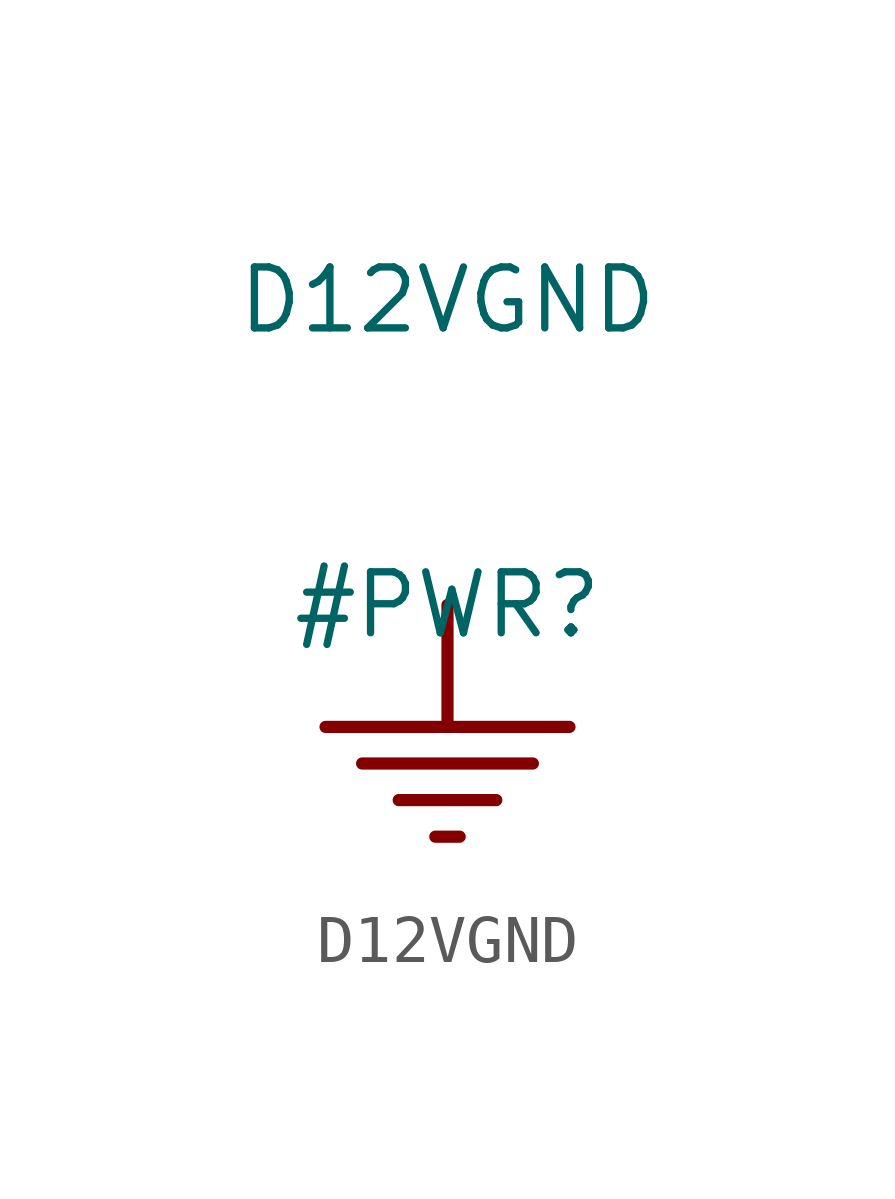
<source format=kicad_sym>
(kicad_symbol_lib
  (version 20220914)
  (generator kicad_symbol_editor)
  (symbol "D12VGND"
    (power)
    (property "Reference" "#PWR"
      (at 0 0 0)
      (effects (font (size 1.27 1.27))))
    (property "Value" "D12VGND"
      (at 0 6.35 0)
      (effects (font (size 1.27 1.27))))
    (symbol "D12VGND_0_0"
      (polyline (pts (xy -2.54 -2.54) (xy 2.54 -2.54)) (stroke (width 0.254) (type solid)) (fill (type none)))
      (polyline (pts (xy -1.778 -3.302) (xy 1.778 -3.302)) (stroke (width 0.254) (type solid)) (fill (type none)))
      (polyline (pts (xy -1.016 -4.064) (xy 1.016 -4.064)) (stroke (width 0.254) (type solid)) (fill (type none)))
      (polyline (pts (xy -0.254 -4.826) (xy 0.254 -4.826)) (stroke (width 0.254) (type solid)) (fill (type none)))
      (polyline (pts (xy 0 0) (xy 0 -2.54)) (stroke (width 0.254) (type solid)) (fill (type none)))
      (pin power_in line (at 0 0 0) (length 0) hide (name "D12VGND" (effects (font (size 1.27 1.27)))) (number "" (effects (font (size 1.27 1.27))))))))
</source>
